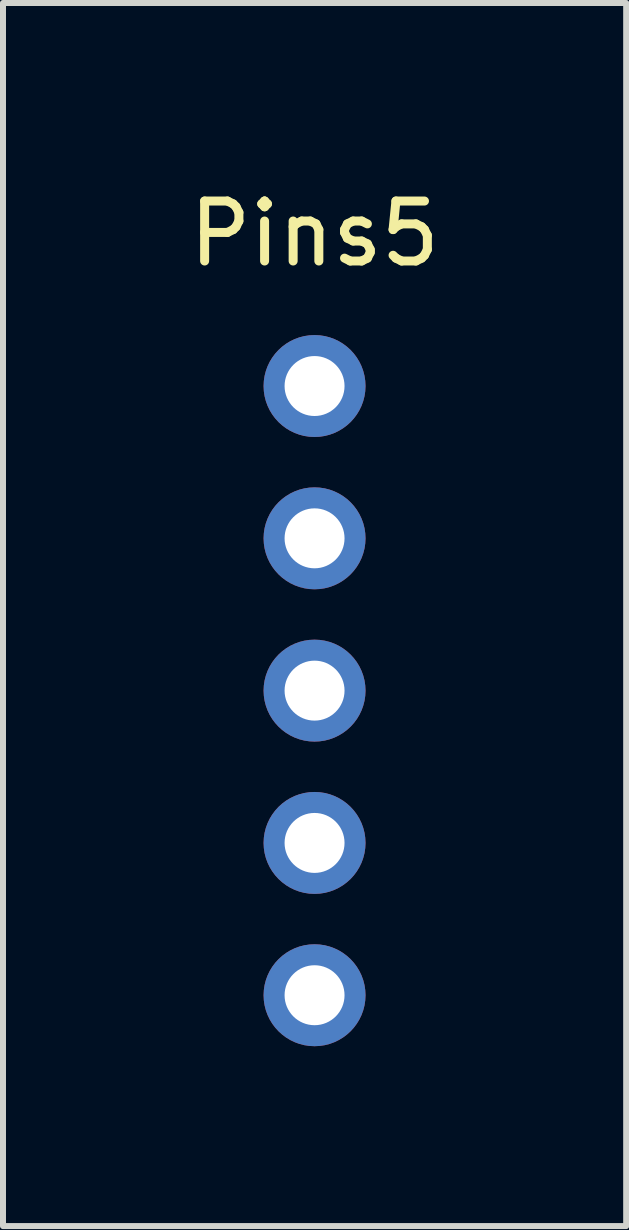
<source format=kicad_pcb>
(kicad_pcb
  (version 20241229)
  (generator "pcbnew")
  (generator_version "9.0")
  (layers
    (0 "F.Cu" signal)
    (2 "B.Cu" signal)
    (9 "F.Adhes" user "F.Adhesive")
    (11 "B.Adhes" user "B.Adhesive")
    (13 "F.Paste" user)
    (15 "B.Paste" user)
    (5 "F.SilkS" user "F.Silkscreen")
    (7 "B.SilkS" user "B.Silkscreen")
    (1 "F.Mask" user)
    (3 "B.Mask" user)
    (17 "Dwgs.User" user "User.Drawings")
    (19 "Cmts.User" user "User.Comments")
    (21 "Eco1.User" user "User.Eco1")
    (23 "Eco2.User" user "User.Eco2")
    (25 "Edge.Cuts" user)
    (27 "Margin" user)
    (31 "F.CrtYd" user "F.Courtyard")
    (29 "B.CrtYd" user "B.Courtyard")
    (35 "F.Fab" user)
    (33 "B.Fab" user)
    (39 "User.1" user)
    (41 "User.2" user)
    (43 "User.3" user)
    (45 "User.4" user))
  (footprint "Pins5"
    (layer "F.Cu")
    (at 2.196 3.388)
    (property "Reference" "Pins5" (at 0 -2.54 0) (layer "F.SilkS") (effects (font (size 1 1) (thickness 0.15))))
    (attr through_hole)
    (pad "1" thru_hole circle (at 0 0) (size 1.7 1.7) (drill 1) (layers "*.Cu" "*.Mask"))
    (pad "2" thru_hole circle (at 0 2.54) (size 1.7 1.7) (drill 1) (layers "*.Cu" "*.Mask"))
    (pad "3" thru_hole circle (at 0 5.08) (size 1.7 1.7) (drill 1) (layers "*.Cu" "*.Mask"))
    (pad "4" thru_hole circle (at 0 7.62) (size 1.7 1.7) (drill 1) (layers "*.Cu" "*.Mask"))
    (pad "5" thru_hole circle (at 0 10.16) (size 1.7 1.7) (drill 1) (layers "*.Cu" "*.Mask")))
  (gr_rect
    (start -3 -3)
    (end 7.393 17.398)
    (stroke (width 0.1) (type default))
    (fill no)
    (layer "Edge.Cuts")))
</source>
